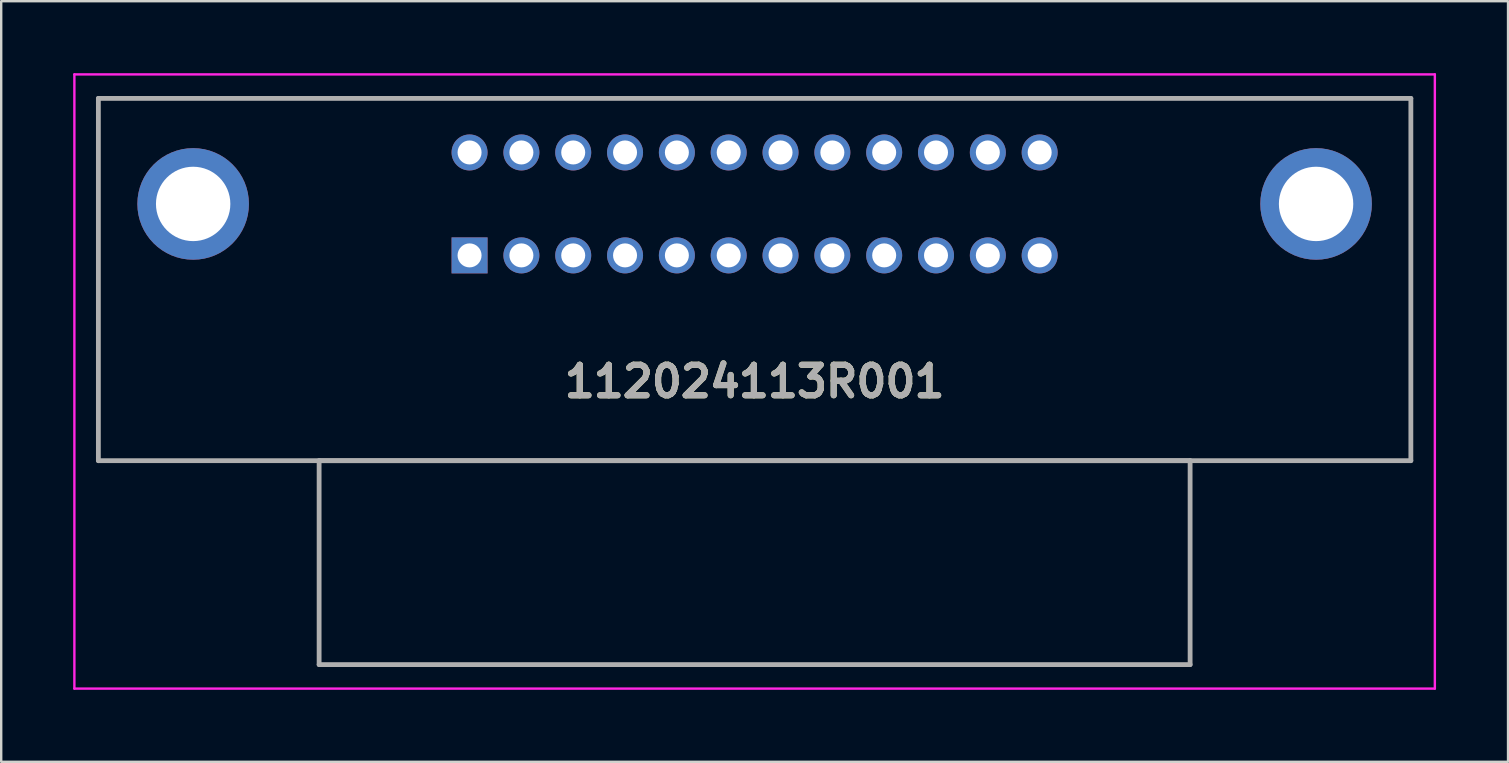
<source format=kicad_pcb>
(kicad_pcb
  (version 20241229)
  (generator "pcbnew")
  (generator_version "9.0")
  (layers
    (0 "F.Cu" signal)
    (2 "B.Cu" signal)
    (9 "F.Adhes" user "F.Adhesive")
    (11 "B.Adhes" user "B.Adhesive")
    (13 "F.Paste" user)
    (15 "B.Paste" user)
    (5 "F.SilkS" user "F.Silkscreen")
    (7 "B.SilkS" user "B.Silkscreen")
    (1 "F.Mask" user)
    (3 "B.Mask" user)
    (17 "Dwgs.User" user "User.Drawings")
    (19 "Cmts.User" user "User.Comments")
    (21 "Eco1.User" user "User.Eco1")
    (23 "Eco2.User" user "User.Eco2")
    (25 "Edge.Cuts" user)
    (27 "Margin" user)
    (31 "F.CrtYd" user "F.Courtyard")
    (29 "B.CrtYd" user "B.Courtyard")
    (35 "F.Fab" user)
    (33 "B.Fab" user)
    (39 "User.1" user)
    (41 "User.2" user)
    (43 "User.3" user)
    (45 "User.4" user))
  (footprint "112024113R001"
    (layer "F.Cu")
    (at 16.52 7.594)
    (property "Reference" "112024113R001" (at 11.88 5.255 0) (layer "F.SilkS") (effects (font (size 1.27 1.27) (thickness 0.254))))
    (attr through_hole)
    (fp_line (start -15.47 -6.544) (end 39.23 -6.544) (stroke (width 0.1) (type solid)) (layer "F.SilkS"))
    (fp_line (start -15.47 8.555) (end -15.47 -6.544) (stroke (width 0.1) (type solid)) (layer "F.SilkS"))
    (fp_line (start -6.27 8.555) (end 30.03 8.555) (stroke (width 0.1) (type solid)) (layer "F.SilkS"))
    (fp_line (start -6.27 17.055) (end -6.27 8.555) (stroke (width 0.1) (type solid)) (layer "F.SilkS"))
    (fp_line (start 30.03 8.555) (end 30.03 17.055) (stroke (width 0.1) (type solid)) (layer "F.SilkS"))
    (fp_line (start 30.03 17.055) (end -6.27 17.055) (stroke (width 0.1) (type solid)) (layer "F.SilkS"))
    (fp_line (start 39.23 -6.544) (end 39.23 8.555) (stroke (width 0.1) (type solid)) (layer "F.SilkS"))
    (fp_line (start 39.23 8.555) (end -15.47 8.555) (stroke (width 0.1) (type solid)) (layer "F.SilkS"))
    (fp_line (start -16.47 -7.544) (end 40.23 -7.544) (stroke (width 0.1) (type solid)) (layer "F.CrtYd"))
    (fp_line (start -16.47 18.055) (end -16.47 -7.544) (stroke (width 0.1) (type solid)) (layer "F.CrtYd"))
    (fp_line (start 40.23 -7.544) (end 40.23 18.055) (stroke (width 0.1) (type solid)) (layer "F.CrtYd"))
    (fp_line (start 40.23 18.055) (end -16.47 18.055) (stroke (width 0.1) (type solid)) (layer "F.CrtYd"))
    (fp_line (start -15.47 -6.544) (end -15.47 8.555) (stroke (width 0.2) (type solid)) (layer "F.Fab"))
    (fp_line (start -15.47 8.555) (end 39.23 8.555) (stroke (width 0.2) (type solid)) (layer "F.Fab"))
    (fp_line (start -6.27 8.555) (end 30.03 8.555) (stroke (width 0.2) (type solid)) (layer "F.Fab"))
    (fp_line (start -6.27 17.055) (end -6.27 8.555) (stroke (width 0.2) (type solid)) (layer "F.Fab"))
    (fp_line (start 30.03 8.555) (end 30.03 17.055) (stroke (width 0.2) (type solid)) (layer "F.Fab"))
    (fp_line (start 30.03 17.055) (end -6.27 17.055) (stroke (width 0.2) (type solid)) (layer "F.Fab"))
    (fp_line (start 39.23 -6.544) (end -15.47 -6.544) (stroke (width 0.2) (type solid)) (layer "F.Fab"))
    (fp_line (start 39.23 8.555) (end 39.23 -6.544) (stroke (width 0.2) (type solid)) (layer "F.Fab"))
    (fp_text user "${REFERENCE}" (at 11.88 5.255 0) (layer "F.Fab") (effects (font (size 1.27 1.27) (thickness 0.254))))
    (pad "1" thru_hole rect (at 0 0) (size 1.5 1.5) (drill 1) (layers "*.Cu" "*.Mask"))
    (pad "2" thru_hole circle (at 0 -4.29) (size 1.5 1.5) (drill 1) (layers "*.Cu" "*.Mask"))
    (pad "3" thru_hole circle (at 2.16 0) (size 1.5 1.5) (drill 1) (layers "*.Cu" "*.Mask"))
    (pad "4" thru_hole circle (at 2.16 -4.29) (size 1.5 1.5) (drill 1) (layers "*.Cu" "*.Mask"))
    (pad "5" thru_hole circle (at 4.32 0) (size 1.5 1.5) (drill 1) (layers "*.Cu" "*.Mask"))
    (pad "6" thru_hole circle (at 4.32 -4.29) (size 1.5 1.5) (drill 1) (layers "*.Cu" "*.Mask"))
    (pad "7" thru_hole circle (at 6.48 0) (size 1.5 1.5) (drill 1) (layers "*.Cu" "*.Mask"))
    (pad "8" thru_hole circle (at 6.48 -4.29) (size 1.5 1.5) (drill 1) (layers "*.Cu" "*.Mask"))
    (pad "9" thru_hole circle (at 8.64 0) (size 1.5 1.5) (drill 1) (layers "*.Cu" "*.Mask"))
    (pad "10" thru_hole circle (at 8.64 -4.29) (size 1.5 1.5) (drill 1) (layers "*.Cu" "*.Mask"))
    (pad "11" thru_hole circle (at 10.8 0) (size 1.5 1.5) (drill 1) (layers "*.Cu" "*.Mask"))
    (pad "12" thru_hole circle (at 10.8 -4.29) (size 1.5 1.5) (drill 1) (layers "*.Cu" "*.Mask"))
    (pad "13" thru_hole circle (at 12.96 0) (size 1.5 1.5) (drill 1) (layers "*.Cu" "*.Mask"))
    (pad "14" thru_hole circle (at 12.96 -4.29) (size 1.5 1.5) (drill 1) (layers "*.Cu" "*.Mask"))
    (pad "15" thru_hole circle (at 15.12 0) (size 1.5 1.5) (drill 1) (layers "*.Cu" "*.Mask"))
    (pad "16" thru_hole circle (at 15.12 -4.29) (size 1.5 1.5) (drill 1) (layers "*.Cu" "*.Mask"))
    (pad "17" thru_hole circle (at 17.28 0) (size 1.5 1.5) (drill 1) (layers "*.Cu" "*.Mask"))
    (pad "18" thru_hole circle (at 17.28 -4.29) (size 1.5 1.5) (drill 1) (layers "*.Cu" "*.Mask"))
    (pad "19" thru_hole circle (at 19.44 0) (size 1.5 1.5) (drill 1) (layers "*.Cu" "*.Mask"))
    (pad "20" thru_hole circle (at 19.44 -4.29) (size 1.5 1.5) (drill 1) (layers "*.Cu" "*.Mask"))
    (pad "21" thru_hole circle (at 21.6 0) (size 1.5 1.5) (drill 1) (layers "*.Cu" "*.Mask"))
    (pad "22" thru_hole circle (at 21.6 -4.29) (size 1.5 1.5) (drill 1) (layers "*.Cu" "*.Mask"))
    (pad "23" thru_hole circle (at 23.76 0) (size 1.5 1.5) (drill 1) (layers "*.Cu" "*.Mask"))
    (pad "24" thru_hole circle (at 23.76 -4.29) (size 1.5 1.5) (drill 1) (layers "*.Cu" "*.Mask"))
    (pad "MH1" thru_hole circle (at -11.52 -2.145) (size 4.65 4.65) (drill 3.1) (layers "*.Cu" "*.Mask"))
    (pad "MH2" thru_hole circle (at 35.28 -2.145) (size 4.65 4.65) (drill 3.1) (layers "*.Cu" "*.Mask")))
  (gr_rect
    (start -3 -3)
    (end 59.8 28.699)
    (stroke (width 0.1) (type default))
    (fill no)
    (layer "Edge.Cuts")))
</source>
